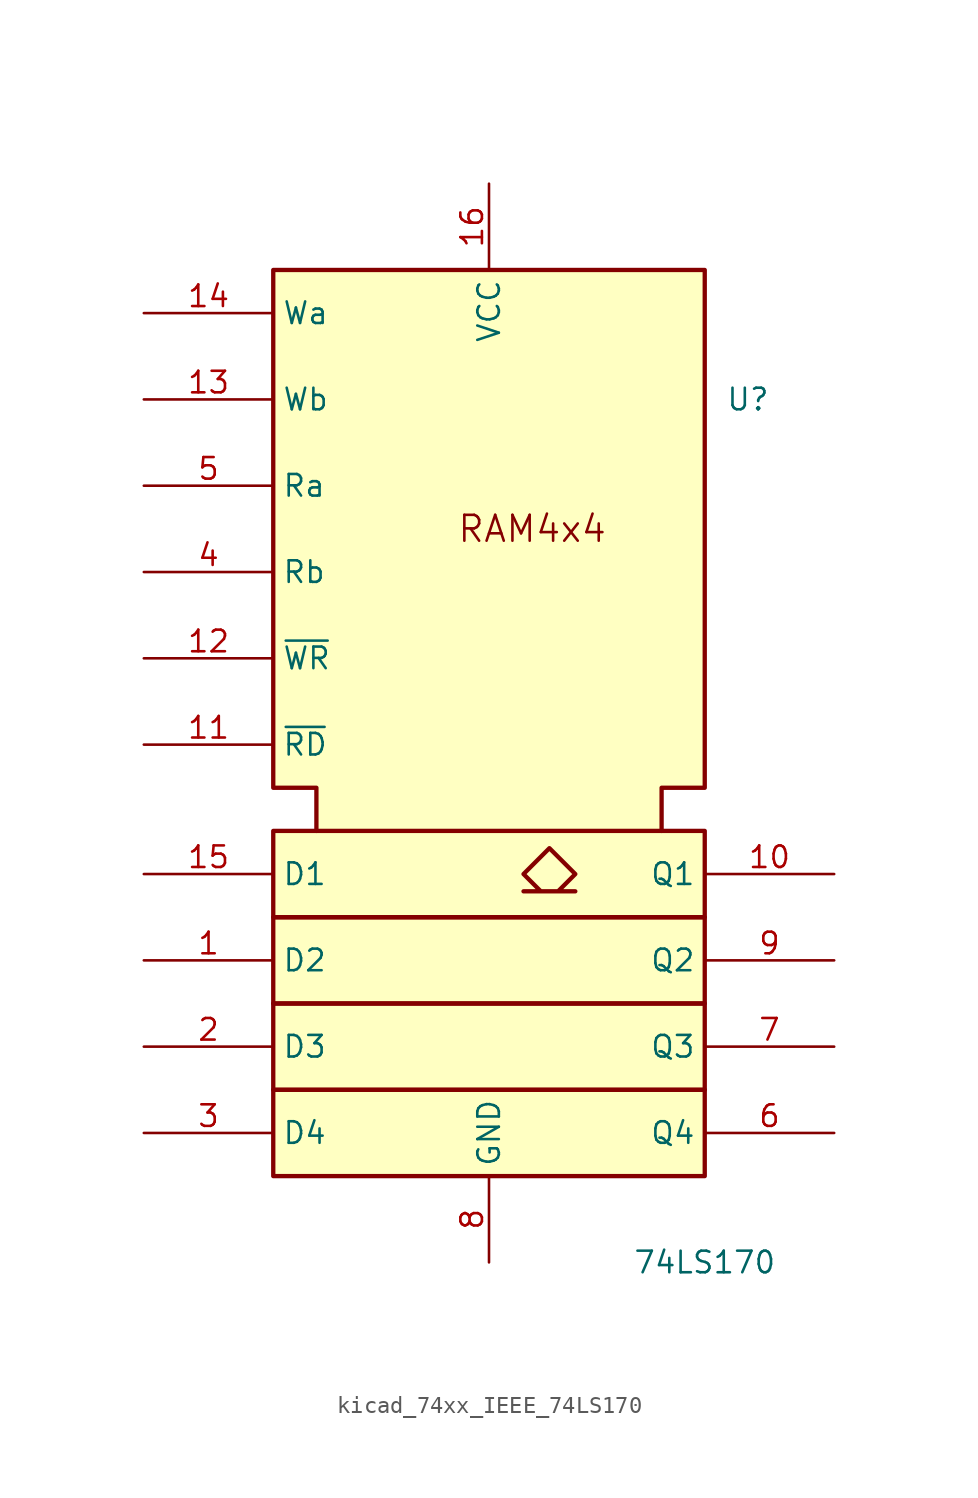
<source format=kicad_sym>
(kicad_symbol_lib
  (version 20220914)
  (generator kicad_symbol_editor)
  (symbol "kicad_74xx_IEEE_74LS170"
    (property "Reference" "U"
      (at 15.24 20.32 0)
      (effects (font (size 1.27 1.27))))
    (property "Value" "74LS170"
      (at 12.7 -30.48 0)
      (effects (font (size 1.27 1.27))))
    (symbol "kicad_74xx_IEEE_74LS170_0_0"
      (rectangle (start -12.7 -20.32) (end 12.7 -25.4) (stroke (width 0.254) (type default)) (fill (type background)))
      (rectangle (start -12.7 -15.24) (end 12.7 -20.32) (stroke (width 0.254) (type default)) (fill (type background)))
      (rectangle (start -12.7 -10.16) (end 12.7 -15.24) (stroke (width 0.254) (type default)) (fill (type background)))
      (rectangle (start -12.7 -5.08) (end 12.7 -10.16) (stroke (width 0.254) (type default)) (fill (type background)))
      (polyline (pts (xy -10.16 -5.08) (xy -10.16 -2.54) (xy -12.7 -2.54) (xy -12.7 27.94) (xy 12.7 27.94) (xy 12.7 -2.54) (xy 10.16 -2.54) (xy 10.16 -5.08) (xy 10.16 -5.08)) (stroke (width 0.254) (type default)) (fill (type background)))
      (polyline (pts (xy 3.556 -6.096) (xy 5.08 -7.62) (xy 4.064 -8.636) (xy 5.08 -8.636) (xy 2.032 -8.636) (xy 3.048 -8.636) (xy 2.032 -7.62) (xy 3.556 -6.096) (xy 3.556 -6.096)) (stroke (width 0.254) (type default)) (fill (type background)))
      (text "RAM4x4" (at 2.54 12.7 0) (effects (font (size 1.524 1.524))))
      (pin power_in line (at 0 33.02 270) (length 5.08) (name "VCC" (effects (font (size 1.27 1.27)))) (number "16" (effects (font (size 1.27 1.27)))))
      (pin power_in line (at 0 -30.48 90) (length 5.08) (name "GND" (effects (font (size 1.27 1.27)))) (number "8" (effects (font (size 1.27 1.27))))))
    (symbol "kicad_74xx_IEEE_74LS170_1_1"
      (pin input line (at -20.32 -12.7 0) (length 7.62) (name "D2" (effects (font (size 1.27 1.27)))) (number "1" (effects (font (size 1.27 1.27)))))
      (pin tri_state line (at 20.32 -7.62 180) (length 7.62) (name "Q1" (effects (font (size 1.27 1.27)))) (number "10" (effects (font (size 1.27 1.27)))))
      (pin input line (at -20.32 0 0) (length 7.62) (name "~{RD}" (effects (font (size 1.27 1.27)))) (number "11" (effects (font (size 1.27 1.27)))))
      (pin input line (at -20.32 5.08 0) (length 7.62) (name "~{WR}" (effects (font (size 1.27 1.27)))) (number "12" (effects (font (size 1.27 1.27)))))
      (pin input line (at -20.32 20.32 0) (length 7.62) (name "Wb" (effects (font (size 1.27 1.27)))) (number "13" (effects (font (size 1.27 1.27)))))
      (pin input line (at -20.32 25.4 0) (length 7.62) (name "Wa" (effects (font (size 1.27 1.27)))) (number "14" (effects (font (size 1.27 1.27)))))
      (pin input line (at -20.32 -7.62 0) (length 7.62) (name "D1" (effects (font (size 1.27 1.27)))) (number "15" (effects (font (size 1.27 1.27)))))
      (pin input line (at -20.32 -17.78 0) (length 7.62) (name "D3" (effects (font (size 1.27 1.27)))) (number "2" (effects (font (size 1.27 1.27)))))
      (pin input line (at -20.32 -22.86 0) (length 7.62) (name "D4" (effects (font (size 1.27 1.27)))) (number "3" (effects (font (size 1.27 1.27)))))
      (pin input line (at -20.32 10.16 0) (length 7.62) (name "Rb" (effects (font (size 1.27 1.27)))) (number "4" (effects (font (size 1.27 1.27)))))
      (pin input line (at -20.32 15.24 0) (length 7.62) (name "Ra" (effects (font (size 1.27 1.27)))) (number "5" (effects (font (size 1.27 1.27)))))
      (pin tri_state line (at 20.32 -22.86 180) (length 7.62) (name "Q4" (effects (font (size 1.27 1.27)))) (number "6" (effects (font (size 1.27 1.27)))))
      (pin tri_state line (at 20.32 -17.78 180) (length 7.62) (name "Q3" (effects (font (size 1.27 1.27)))) (number "7" (effects (font (size 1.27 1.27)))))
      (pin tri_state line (at 20.32 -12.7 180) (length 7.62) (name "Q2" (effects (font (size 1.27 1.27)))) (number "9" (effects (font (size 1.27 1.27))))))))
</source>
